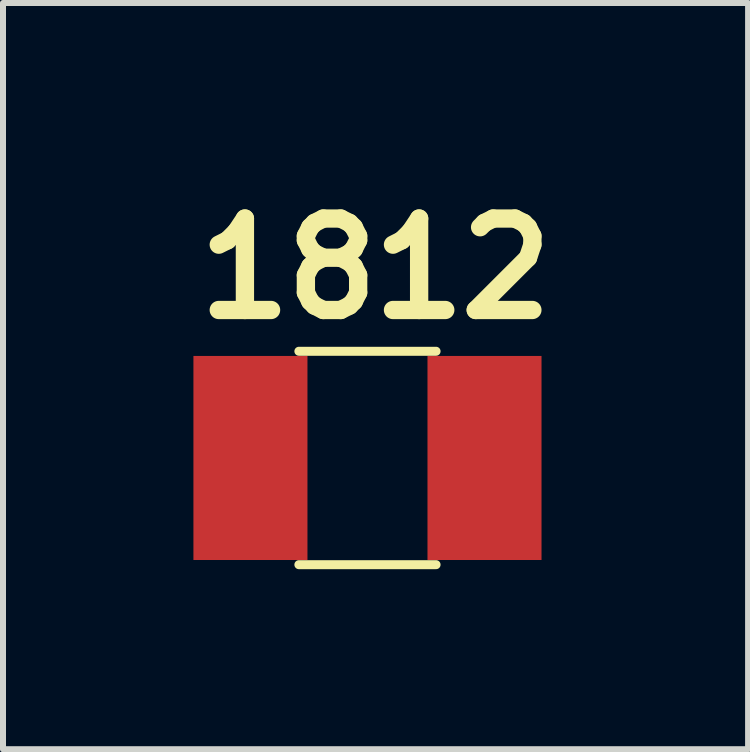
<source format=kicad_pcb>
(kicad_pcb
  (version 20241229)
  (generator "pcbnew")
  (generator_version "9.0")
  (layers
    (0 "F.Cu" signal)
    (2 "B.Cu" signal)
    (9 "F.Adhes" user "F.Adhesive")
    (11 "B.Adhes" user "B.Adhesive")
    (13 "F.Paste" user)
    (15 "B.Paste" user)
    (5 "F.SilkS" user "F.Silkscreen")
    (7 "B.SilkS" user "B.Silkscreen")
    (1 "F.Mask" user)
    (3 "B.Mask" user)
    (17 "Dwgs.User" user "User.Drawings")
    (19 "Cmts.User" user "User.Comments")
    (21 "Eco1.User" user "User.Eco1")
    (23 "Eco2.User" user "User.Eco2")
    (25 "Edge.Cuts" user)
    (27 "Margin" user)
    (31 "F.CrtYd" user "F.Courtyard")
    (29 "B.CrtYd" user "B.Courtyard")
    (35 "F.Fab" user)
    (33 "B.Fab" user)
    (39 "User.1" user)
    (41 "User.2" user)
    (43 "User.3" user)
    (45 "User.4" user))
  (footprint "1812"
    (layer "F.Cu")
    (at 3.073 4.581)
    (property "Reference" "1812" (at 0.135 -3.155 0) (layer "F.SilkS") (effects (font (size 1.524 1.524) (thickness 0.305))))
    (attr smd)
    (fp_line (start -1.143 -1.778) (end 1.143 -1.778) (stroke (width 0.15) (type solid)) (layer "F.SilkS"))
    (fp_line (start -1.143 1.778) (end 1.143 1.778) (stroke (width 0.15) (type solid)) (layer "F.SilkS"))
    (pad "1" smd rect (at -1.95 0) (size 1.9 3.4) (layers "F.Cu" "F.Mask" "F.Paste"))
    (pad "2" smd rect (at 1.95 0) (size 1.9 3.4) (layers "F.Cu" "F.Mask" "F.Paste")))
  (gr_rect
    (start -3 -3)
    (end 9.415 9.434)
    (stroke (width 0.1) (type default))
    (fill no)
    (layer "Edge.Cuts")))
</source>
